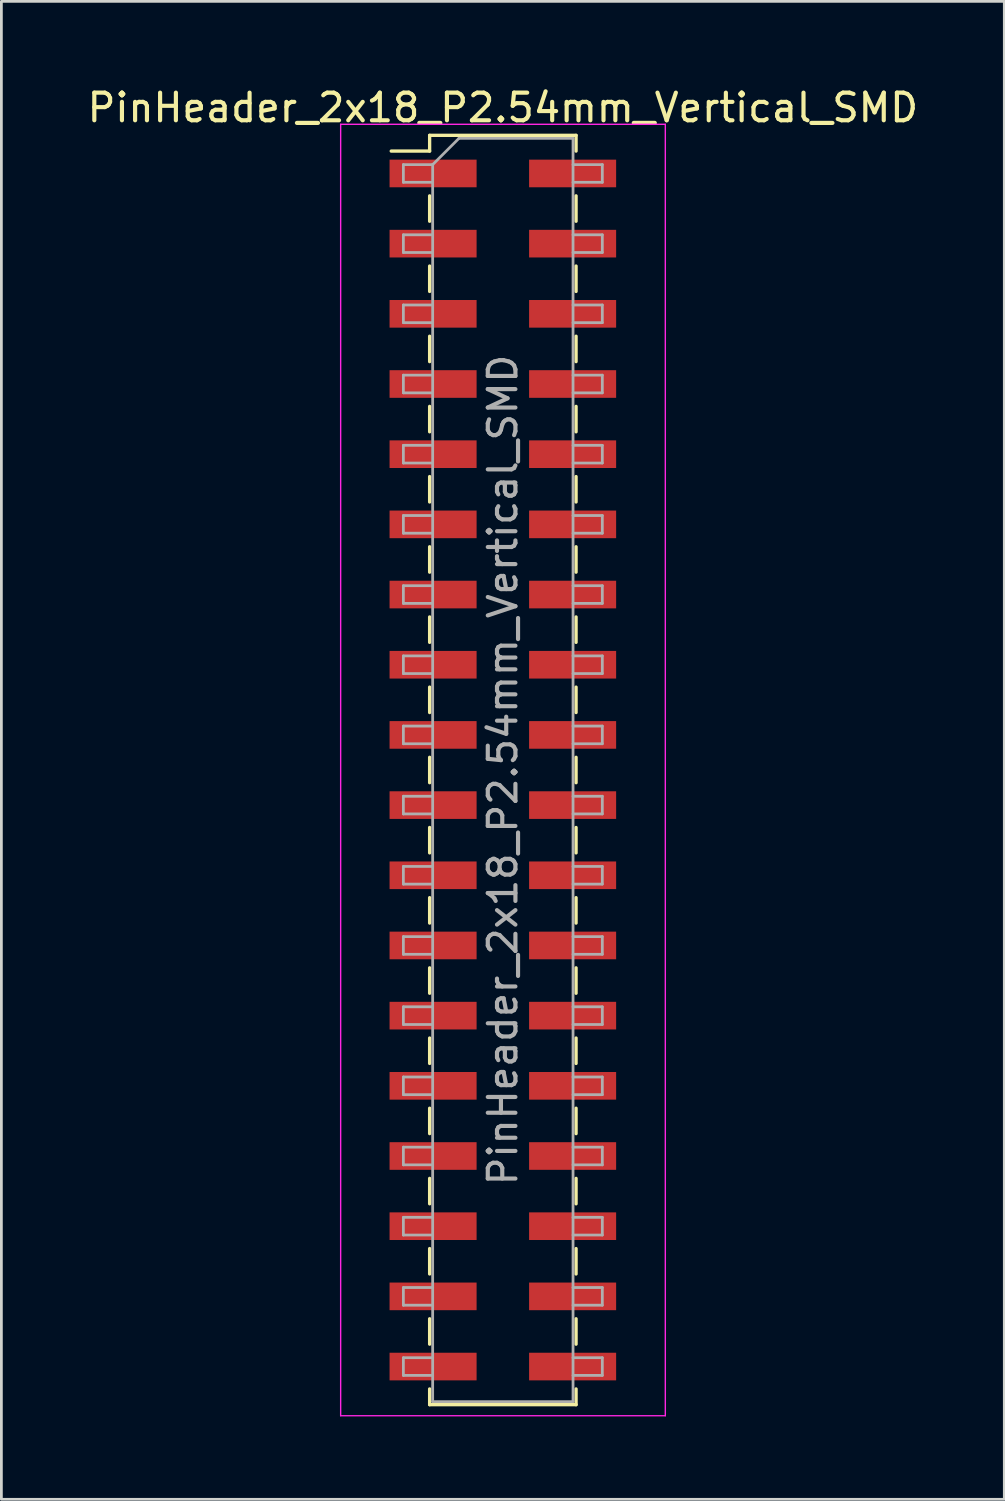
<source format=kicad_pcb>
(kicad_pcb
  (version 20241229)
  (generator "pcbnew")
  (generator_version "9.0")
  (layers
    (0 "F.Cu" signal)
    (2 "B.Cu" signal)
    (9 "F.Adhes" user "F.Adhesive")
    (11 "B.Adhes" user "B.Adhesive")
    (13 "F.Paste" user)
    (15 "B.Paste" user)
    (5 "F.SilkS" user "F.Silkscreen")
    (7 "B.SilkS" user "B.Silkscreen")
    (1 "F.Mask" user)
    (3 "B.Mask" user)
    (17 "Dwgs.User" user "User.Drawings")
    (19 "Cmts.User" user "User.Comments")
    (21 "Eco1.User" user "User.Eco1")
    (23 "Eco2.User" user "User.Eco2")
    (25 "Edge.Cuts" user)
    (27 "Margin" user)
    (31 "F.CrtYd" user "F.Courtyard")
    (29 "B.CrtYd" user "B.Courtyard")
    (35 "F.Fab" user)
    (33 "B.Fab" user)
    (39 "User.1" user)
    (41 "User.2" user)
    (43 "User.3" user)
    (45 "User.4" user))
  (footprint "PinHeader_2x18_P2.54mm_Vertical_SMD"
    (layer "F.Cu")
    (at 15.149 24.818)
    (property "Reference" "PinHeader_2x18_P2.54mm_Vertical_SMD" (at 0 -23.97 0) (layer "F.SilkS") (effects (font (size 1 1) (thickness 0.15))))
    (attr smd)
    (fp_line (start -4.04 -22.4) (end -2.65 -22.4) (stroke (width 0.12) (type solid)) (layer "F.SilkS"))
    (fp_line (start -2.65 -22.97) (end -2.65 -22.4) (stroke (width 0.12) (type solid)) (layer "F.SilkS"))
    (fp_line (start -2.65 -22.97) (end 2.65 -22.97) (stroke (width 0.12) (type solid)) (layer "F.SilkS"))
    (fp_line (start -2.65 -20.78) (end -2.65 -19.86) (stroke (width 0.12) (type solid)) (layer "F.SilkS"))
    (fp_line (start -2.65 -18.24) (end -2.65 -17.32) (stroke (width 0.12) (type solid)) (layer "F.SilkS"))
    (fp_line (start -2.65 -15.7) (end -2.65 -14.78) (stroke (width 0.12) (type solid)) (layer "F.SilkS"))
    (fp_line (start -2.65 -13.16) (end -2.65 -12.24) (stroke (width 0.12) (type solid)) (layer "F.SilkS"))
    (fp_line (start -2.65 -10.62) (end -2.65 -9.7) (stroke (width 0.12) (type solid)) (layer "F.SilkS"))
    (fp_line (start -2.65 -8.08) (end -2.65 -7.16) (stroke (width 0.12) (type solid)) (layer "F.SilkS"))
    (fp_line (start -2.65 -5.54) (end -2.65 -4.62) (stroke (width 0.12) (type solid)) (layer "F.SilkS"))
    (fp_line (start -2.65 -3) (end -2.65 -2.08) (stroke (width 0.12) (type solid)) (layer "F.SilkS"))
    (fp_line (start -2.65 -0.46) (end -2.65 0.46) (stroke (width 0.12) (type solid)) (layer "F.SilkS"))
    (fp_line (start -2.65 2.08) (end -2.65 3) (stroke (width 0.12) (type solid)) (layer "F.SilkS"))
    (fp_line (start -2.65 4.62) (end -2.65 5.54) (stroke (width 0.12) (type solid)) (layer "F.SilkS"))
    (fp_line (start -2.65 7.16) (end -2.65 8.08) (stroke (width 0.12) (type solid)) (layer "F.SilkS"))
    (fp_line (start -2.65 9.7) (end -2.65 10.62) (stroke (width 0.12) (type solid)) (layer "F.SilkS"))
    (fp_line (start -2.65 12.24) (end -2.65 13.16) (stroke (width 0.12) (type solid)) (layer "F.SilkS"))
    (fp_line (start -2.65 14.78) (end -2.65 15.7) (stroke (width 0.12) (type solid)) (layer "F.SilkS"))
    (fp_line (start -2.65 17.32) (end -2.65 18.24) (stroke (width 0.12) (type solid)) (layer "F.SilkS"))
    (fp_line (start -2.65 19.86) (end -2.65 20.78) (stroke (width 0.12) (type solid)) (layer "F.SilkS"))
    (fp_line (start -2.65 22.4) (end -2.65 22.97) (stroke (width 0.12) (type solid)) (layer "F.SilkS"))
    (fp_line (start -2.65 22.97) (end 2.65 22.97) (stroke (width 0.12) (type solid)) (layer "F.SilkS"))
    (fp_line (start 2.65 -22.97) (end 2.65 -22.4) (stroke (width 0.12) (type solid)) (layer "F.SilkS"))
    (fp_line (start 2.65 -20.78) (end 2.65 -19.86) (stroke (width 0.12) (type solid)) (layer "F.SilkS"))
    (fp_line (start 2.65 -18.24) (end 2.65 -17.32) (stroke (width 0.12) (type solid)) (layer "F.SilkS"))
    (fp_line (start 2.65 -15.7) (end 2.65 -14.78) (stroke (width 0.12) (type solid)) (layer "F.SilkS"))
    (fp_line (start 2.65 -13.16) (end 2.65 -12.24) (stroke (width 0.12) (type solid)) (layer "F.SilkS"))
    (fp_line (start 2.65 -10.62) (end 2.65 -9.7) (stroke (width 0.12) (type solid)) (layer "F.SilkS"))
    (fp_line (start 2.65 -8.08) (end 2.65 -7.16) (stroke (width 0.12) (type solid)) (layer "F.SilkS"))
    (fp_line (start 2.65 -5.54) (end 2.65 -4.62) (stroke (width 0.12) (type solid)) (layer "F.SilkS"))
    (fp_line (start 2.65 -3) (end 2.65 -2.08) (stroke (width 0.12) (type solid)) (layer "F.SilkS"))
    (fp_line (start 2.65 -0.46) (end 2.65 0.46) (stroke (width 0.12) (type solid)) (layer "F.SilkS"))
    (fp_line (start 2.65 2.08) (end 2.65 3) (stroke (width 0.12) (type solid)) (layer "F.SilkS"))
    (fp_line (start 2.65 4.62) (end 2.65 5.54) (stroke (width 0.12) (type solid)) (layer "F.SilkS"))
    (fp_line (start 2.65 7.16) (end 2.65 8.08) (stroke (width 0.12) (type solid)) (layer "F.SilkS"))
    (fp_line (start 2.65 9.7) (end 2.65 10.62) (stroke (width 0.12) (type solid)) (layer "F.SilkS"))
    (fp_line (start 2.65 12.24) (end 2.65 13.16) (stroke (width 0.12) (type solid)) (layer "F.SilkS"))
    (fp_line (start 2.65 14.78) (end 2.65 15.7) (stroke (width 0.12) (type solid)) (layer "F.SilkS"))
    (fp_line (start 2.65 17.32) (end 2.65 18.24) (stroke (width 0.12) (type solid)) (layer "F.SilkS"))
    (fp_line (start 2.65 19.86) (end 2.65 20.78) (stroke (width 0.12) (type solid)) (layer "F.SilkS"))
    (fp_line (start 2.65 22.4) (end 2.65 22.97) (stroke (width 0.12) (type solid)) (layer "F.SilkS"))
    (fp_line (start -5.87 -23.37) (end -5.87 23.37) (stroke (width 0.05) (type solid)) (layer "F.CrtYd"))
    (fp_line (start -5.87 23.37) (end 5.88 23.37) (stroke (width 0.05) (type solid)) (layer "F.CrtYd"))
    (fp_line (start 5.88 -23.37) (end -5.87 -23.37) (stroke (width 0.05) (type solid)) (layer "F.CrtYd"))
    (fp_line (start 5.88 23.37) (end 5.88 -23.37) (stroke (width 0.05) (type solid)) (layer "F.CrtYd"))
    (fp_line (start -3.6 -21.91) (end -3.6 -21.27) (stroke (width 0.1) (type solid)) (layer "F.Fab"))
    (fp_line (start -3.6 -21.27) (end -2.54 -21.27) (stroke (width 0.1) (type solid)) (layer "F.Fab"))
    (fp_line (start -3.6 -19.37) (end -3.6 -18.73) (stroke (width 0.1) (type solid)) (layer "F.Fab"))
    (fp_line (start -3.6 -18.73) (end -2.54 -18.73) (stroke (width 0.1) (type solid)) (layer "F.Fab"))
    (fp_line (start -3.6 -16.83) (end -3.6 -16.19) (stroke (width 0.1) (type solid)) (layer "F.Fab"))
    (fp_line (start -3.6 -16.19) (end -2.54 -16.19) (stroke (width 0.1) (type solid)) (layer "F.Fab"))
    (fp_line (start -3.6 -14.29) (end -3.6 -13.65) (stroke (width 0.1) (type solid)) (layer "F.Fab"))
    (fp_line (start -3.6 -13.65) (end -2.54 -13.65) (stroke (width 0.1) (type solid)) (layer "F.Fab"))
    (fp_line (start -3.6 -11.75) (end -3.6 -11.11) (stroke (width 0.1) (type solid)) (layer "F.Fab"))
    (fp_line (start -3.6 -11.11) (end -2.54 -11.11) (stroke (width 0.1) (type solid)) (layer "F.Fab"))
    (fp_line (start -3.6 -9.21) (end -3.6 -8.57) (stroke (width 0.1) (type solid)) (layer "F.Fab"))
    (fp_line (start -3.6 -8.57) (end -2.54 -8.57) (stroke (width 0.1) (type solid)) (layer "F.Fab"))
    (fp_line (start -3.6 -6.67) (end -3.6 -6.03) (stroke (width 0.1) (type solid)) (layer "F.Fab"))
    (fp_line (start -3.6 -6.03) (end -2.54 -6.03) (stroke (width 0.1) (type solid)) (layer "F.Fab"))
    (fp_line (start -3.6 -4.13) (end -3.6 -3.49) (stroke (width 0.1) (type solid)) (layer "F.Fab"))
    (fp_line (start -3.6 -3.49) (end -2.54 -3.49) (stroke (width 0.1) (type solid)) (layer "F.Fab"))
    (fp_line (start -3.6 -1.59) (end -3.6 -0.95) (stroke (width 0.1) (type solid)) (layer "F.Fab"))
    (fp_line (start -3.6 -0.95) (end -2.54 -0.95) (stroke (width 0.1) (type solid)) (layer "F.Fab"))
    (fp_line (start -3.6 0.95) (end -3.6 1.59) (stroke (width 0.1) (type solid)) (layer "F.Fab"))
    (fp_line (start -3.6 1.59) (end -2.54 1.59) (stroke (width 0.1) (type solid)) (layer "F.Fab"))
    (fp_line (start -3.6 3.49) (end -3.6 4.13) (stroke (width 0.1) (type solid)) (layer "F.Fab"))
    (fp_line (start -3.6 4.13) (end -2.54 4.13) (stroke (width 0.1) (type solid)) (layer "F.Fab"))
    (fp_line (start -3.6 6.03) (end -3.6 6.67) (stroke (width 0.1) (type solid)) (layer "F.Fab"))
    (fp_line (start -3.6 6.67) (end -2.54 6.67) (stroke (width 0.1) (type solid)) (layer "F.Fab"))
    (fp_line (start -3.6 8.57) (end -3.6 9.21) (stroke (width 0.1) (type solid)) (layer "F.Fab"))
    (fp_line (start -3.6 9.21) (end -2.54 9.21) (stroke (width 0.1) (type solid)) (layer "F.Fab"))
    (fp_line (start -3.6 11.11) (end -3.6 11.75) (stroke (width 0.1) (type solid)) (layer "F.Fab"))
    (fp_line (start -3.6 11.75) (end -2.54 11.75) (stroke (width 0.1) (type solid)) (layer "F.Fab"))
    (fp_line (start -3.6 13.65) (end -3.6 14.29) (stroke (width 0.1) (type solid)) (layer "F.Fab"))
    (fp_line (start -3.6 14.29) (end -2.54 14.29) (stroke (width 0.1) (type solid)) (layer "F.Fab"))
    (fp_line (start -3.6 16.19) (end -3.6 16.83) (stroke (width 0.1) (type solid)) (layer "F.Fab"))
    (fp_line (start -3.6 16.83) (end -2.54 16.83) (stroke (width 0.1) (type solid)) (layer "F.Fab"))
    (fp_line (start -3.6 18.73) (end -3.6 19.37) (stroke (width 0.1) (type solid)) (layer "F.Fab"))
    (fp_line (start -3.6 19.37) (end -2.54 19.37) (stroke (width 0.1) (type solid)) (layer "F.Fab"))
    (fp_line (start -3.6 21.27) (end -3.6 21.91) (stroke (width 0.1) (type solid)) (layer "F.Fab"))
    (fp_line (start -3.6 21.91) (end -2.54 21.91) (stroke (width 0.1) (type solid)) (layer "F.Fab"))
    (fp_line (start -2.54 -21.91) (end -3.6 -21.91) (stroke (width 0.1) (type solid)) (layer "F.Fab"))
    (fp_line (start -2.54 -21.91) (end -1.59 -22.86) (stroke (width 0.1) (type solid)) (layer "F.Fab"))
    (fp_line (start -2.54 -19.37) (end -3.6 -19.37) (stroke (width 0.1) (type solid)) (layer "F.Fab"))
    (fp_line (start -2.54 -16.83) (end -3.6 -16.83) (stroke (width 0.1) (type solid)) (layer "F.Fab"))
    (fp_line (start -2.54 -14.29) (end -3.6 -14.29) (stroke (width 0.1) (type solid)) (layer "F.Fab"))
    (fp_line (start -2.54 -11.75) (end -3.6 -11.75) (stroke (width 0.1) (type solid)) (layer "F.Fab"))
    (fp_line (start -2.54 -9.21) (end -3.6 -9.21) (stroke (width 0.1) (type solid)) (layer "F.Fab"))
    (fp_line (start -2.54 -6.67) (end -3.6 -6.67) (stroke (width 0.1) (type solid)) (layer "F.Fab"))
    (fp_line (start -2.54 -4.13) (end -3.6 -4.13) (stroke (width 0.1) (type solid)) (layer "F.Fab"))
    (fp_line (start -2.54 -1.59) (end -3.6 -1.59) (stroke (width 0.1) (type solid)) (layer "F.Fab"))
    (fp_line (start -2.54 0.95) (end -3.6 0.95) (stroke (width 0.1) (type solid)) (layer "F.Fab"))
    (fp_line (start -2.54 3.49) (end -3.6 3.49) (stroke (width 0.1) (type solid)) (layer "F.Fab"))
    (fp_line (start -2.54 6.03) (end -3.6 6.03) (stroke (width 0.1) (type solid)) (layer "F.Fab"))
    (fp_line (start -2.54 8.57) (end -3.6 8.57) (stroke (width 0.1) (type solid)) (layer "F.Fab"))
    (fp_line (start -2.54 11.11) (end -3.6 11.11) (stroke (width 0.1) (type solid)) (layer "F.Fab"))
    (fp_line (start -2.54 13.65) (end -3.6 13.65) (stroke (width 0.1) (type solid)) (layer "F.Fab"))
    (fp_line (start -2.54 16.19) (end -3.6 16.19) (stroke (width 0.1) (type solid)) (layer "F.Fab"))
    (fp_line (start -2.54 18.73) (end -3.6 18.73) (stroke (width 0.1) (type solid)) (layer "F.Fab"))
    (fp_line (start -2.54 21.27) (end -3.6 21.27) (stroke (width 0.1) (type solid)) (layer "F.Fab"))
    (fp_line (start -2.54 22.86) (end -2.54 -21.91) (stroke (width 0.1) (type solid)) (layer "F.Fab"))
    (fp_line (start -1.59 -22.86) (end 2.54 -22.86) (stroke (width 0.1) (type solid)) (layer "F.Fab"))
    (fp_line (start 2.54 -22.86) (end 2.54 22.86) (stroke (width 0.1) (type solid)) (layer "F.Fab"))
    (fp_line (start 2.54 -21.91) (end 3.6 -21.91) (stroke (width 0.1) (type solid)) (layer "F.Fab"))
    (fp_line (start 2.54 -19.37) (end 3.6 -19.37) (stroke (width 0.1) (type solid)) (layer "F.Fab"))
    (fp_line (start 2.54 -16.83) (end 3.6 -16.83) (stroke (width 0.1) (type solid)) (layer "F.Fab"))
    (fp_line (start 2.54 -14.29) (end 3.6 -14.29) (stroke (width 0.1) (type solid)) (layer "F.Fab"))
    (fp_line (start 2.54 -11.75) (end 3.6 -11.75) (stroke (width 0.1) (type solid)) (layer "F.Fab"))
    (fp_line (start 2.54 -9.21) (end 3.6 -9.21) (stroke (width 0.1) (type solid)) (layer "F.Fab"))
    (fp_line (start 2.54 -6.67) (end 3.6 -6.67) (stroke (width 0.1) (type solid)) (layer "F.Fab"))
    (fp_line (start 2.54 -4.13) (end 3.6 -4.13) (stroke (width 0.1) (type solid)) (layer "F.Fab"))
    (fp_line (start 2.54 -1.59) (end 3.6 -1.59) (stroke (width 0.1) (type solid)) (layer "F.Fab"))
    (fp_line (start 2.54 0.95) (end 3.6 0.95) (stroke (width 0.1) (type solid)) (layer "F.Fab"))
    (fp_line (start 2.54 3.49) (end 3.6 3.49) (stroke (width 0.1) (type solid)) (layer "F.Fab"))
    (fp_line (start 2.54 6.03) (end 3.6 6.03) (stroke (width 0.1) (type solid)) (layer "F.Fab"))
    (fp_line (start 2.54 8.57) (end 3.6 8.57) (stroke (width 0.1) (type solid)) (layer "F.Fab"))
    (fp_line (start 2.54 11.11) (end 3.6 11.11) (stroke (width 0.1) (type solid)) (layer "F.Fab"))
    (fp_line (start 2.54 13.65) (end 3.6 13.65) (stroke (width 0.1) (type solid)) (layer "F.Fab"))
    (fp_line (start 2.54 16.19) (end 3.6 16.19) (stroke (width 0.1) (type solid)) (layer "F.Fab"))
    (fp_line (start 2.54 18.73) (end 3.6 18.73) (stroke (width 0.1) (type solid)) (layer "F.Fab"))
    (fp_line (start 2.54 21.27) (end 3.6 21.27) (stroke (width 0.1) (type solid)) (layer "F.Fab"))
    (fp_line (start 2.54 22.86) (end -2.54 22.86) (stroke (width 0.1) (type solid)) (layer "F.Fab"))
    (fp_line (start 3.6 -21.91) (end 3.6 -21.27) (stroke (width 0.1) (type solid)) (layer "F.Fab"))
    (fp_line (start 3.6 -21.27) (end 2.54 -21.27) (stroke (width 0.1) (type solid)) (layer "F.Fab"))
    (fp_line (start 3.6 -19.37) (end 3.6 -18.73) (stroke (width 0.1) (type solid)) (layer "F.Fab"))
    (fp_line (start 3.6 -18.73) (end 2.54 -18.73) (stroke (width 0.1) (type solid)) (layer "F.Fab"))
    (fp_line (start 3.6 -16.83) (end 3.6 -16.19) (stroke (width 0.1) (type solid)) (layer "F.Fab"))
    (fp_line (start 3.6 -16.19) (end 2.54 -16.19) (stroke (width 0.1) (type solid)) (layer "F.Fab"))
    (fp_line (start 3.6 -14.29) (end 3.6 -13.65) (stroke (width 0.1) (type solid)) (layer "F.Fab"))
    (fp_line (start 3.6 -13.65) (end 2.54 -13.65) (stroke (width 0.1) (type solid)) (layer "F.Fab"))
    (fp_line (start 3.6 -11.75) (end 3.6 -11.11) (stroke (width 0.1) (type solid)) (layer "F.Fab"))
    (fp_line (start 3.6 -11.11) (end 2.54 -11.11) (stroke (width 0.1) (type solid)) (layer "F.Fab"))
    (fp_line (start 3.6 -9.21) (end 3.6 -8.57) (stroke (width 0.1) (type solid)) (layer "F.Fab"))
    (fp_line (start 3.6 -8.57) (end 2.54 -8.57) (stroke (width 0.1) (type solid)) (layer "F.Fab"))
    (fp_line (start 3.6 -6.67) (end 3.6 -6.03) (stroke (width 0.1) (type solid)) (layer "F.Fab"))
    (fp_line (start 3.6 -6.03) (end 2.54 -6.03) (stroke (width 0.1) (type solid)) (layer "F.Fab"))
    (fp_line (start 3.6 -4.13) (end 3.6 -3.49) (stroke (width 0.1) (type solid)) (layer "F.Fab"))
    (fp_line (start 3.6 -3.49) (end 2.54 -3.49) (stroke (width 0.1) (type solid)) (layer "F.Fab"))
    (fp_line (start 3.6 -1.59) (end 3.6 -0.95) (stroke (width 0.1) (type solid)) (layer "F.Fab"))
    (fp_line (start 3.6 -0.95) (end 2.54 -0.95) (stroke (width 0.1) (type solid)) (layer "F.Fab"))
    (fp_line (start 3.6 0.95) (end 3.6 1.59) (stroke (width 0.1) (type solid)) (layer "F.Fab"))
    (fp_line (start 3.6 1.59) (end 2.54 1.59) (stroke (width 0.1) (type solid)) (layer "F.Fab"))
    (fp_line (start 3.6 3.49) (end 3.6 4.13) (stroke (width 0.1) (type solid)) (layer "F.Fab"))
    (fp_line (start 3.6 4.13) (end 2.54 4.13) (stroke (width 0.1) (type solid)) (layer "F.Fab"))
    (fp_line (start 3.6 6.03) (end 3.6 6.67) (stroke (width 0.1) (type solid)) (layer "F.Fab"))
    (fp_line (start 3.6 6.67) (end 2.54 6.67) (stroke (width 0.1) (type solid)) (layer "F.Fab"))
    (fp_line (start 3.6 8.57) (end 3.6 9.21) (stroke (width 0.1) (type solid)) (layer "F.Fab"))
    (fp_line (start 3.6 9.21) (end 2.54 9.21) (stroke (width 0.1) (type solid)) (layer "F.Fab"))
    (fp_line (start 3.6 11.11) (end 3.6 11.75) (stroke (width 0.1) (type solid)) (layer "F.Fab"))
    (fp_line (start 3.6 11.75) (end 2.54 11.75) (stroke (width 0.1) (type solid)) (layer "F.Fab"))
    (fp_line (start 3.6 13.65) (end 3.6 14.29) (stroke (width 0.1) (type solid)) (layer "F.Fab"))
    (fp_line (start 3.6 14.29) (end 2.54 14.29) (stroke (width 0.1) (type solid)) (layer "F.Fab"))
    (fp_line (start 3.6 16.19) (end 3.6 16.83) (stroke (width 0.1) (type solid)) (layer "F.Fab"))
    (fp_line (start 3.6 16.83) (end 2.54 16.83) (stroke (width 0.1) (type solid)) (layer "F.Fab"))
    (fp_line (start 3.6 18.73) (end 3.6 19.37) (stroke (width 0.1) (type solid)) (layer "F.Fab"))
    (fp_line (start 3.6 19.37) (end 2.54 19.37) (stroke (width 0.1) (type solid)) (layer "F.Fab"))
    (fp_line (start 3.6 21.27) (end 3.6 21.91) (stroke (width 0.1) (type solid)) (layer "F.Fab"))
    (fp_line (start 3.6 21.91) (end 2.54 21.91) (stroke (width 0.1) (type solid)) (layer "F.Fab"))
    (fp_text user "${REFERENCE}" (at 0 0 90) (layer "F.Fab") (effects (font (size 1 1) (thickness 0.15))))
    (pad "1" smd rect (at -2.525 -21.59) (size 3.15 1) (layers "F.Cu" "F.Mask" "F.Paste"))
    (pad "2" smd rect (at 2.525 -21.59) (size 3.15 1) (layers "F.Cu" "F.Mask" "F.Paste"))
    (pad "3" smd rect (at -2.525 -19.05) (size 3.15 1) (layers "F.Cu" "F.Mask" "F.Paste"))
    (pad "4" smd rect (at 2.525 -19.05) (size 3.15 1) (layers "F.Cu" "F.Mask" "F.Paste"))
    (pad "5" smd rect (at -2.525 -16.51) (size 3.15 1) (layers "F.Cu" "F.Mask" "F.Paste"))
    (pad "6" smd rect (at 2.525 -16.51) (size 3.15 1) (layers "F.Cu" "F.Mask" "F.Paste"))
    (pad "7" smd rect (at -2.525 -13.97) (size 3.15 1) (layers "F.Cu" "F.Mask" "F.Paste"))
    (pad "8" smd rect (at 2.525 -13.97) (size 3.15 1) (layers "F.Cu" "F.Mask" "F.Paste"))
    (pad "9" smd rect (at -2.525 -11.43) (size 3.15 1) (layers "F.Cu" "F.Mask" "F.Paste"))
    (pad "10" smd rect (at 2.525 -11.43) (size 3.15 1) (layers "F.Cu" "F.Mask" "F.Paste"))
    (pad "11" smd rect (at -2.525 -8.89) (size 3.15 1) (layers "F.Cu" "F.Mask" "F.Paste"))
    (pad "12" smd rect (at 2.525 -8.89) (size 3.15 1) (layers "F.Cu" "F.Mask" "F.Paste"))
    (pad "13" smd rect (at -2.525 -6.35) (size 3.15 1) (layers "F.Cu" "F.Mask" "F.Paste"))
    (pad "14" smd rect (at 2.525 -6.35) (size 3.15 1) (layers "F.Cu" "F.Mask" "F.Paste"))
    (pad "15" smd rect (at -2.525 -3.81) (size 3.15 1) (layers "F.Cu" "F.Mask" "F.Paste"))
    (pad "16" smd rect (at 2.525 -3.81) (size 3.15 1) (layers "F.Cu" "F.Mask" "F.Paste"))
    (pad "17" smd rect (at -2.525 -1.27) (size 3.15 1) (layers "F.Cu" "F.Mask" "F.Paste"))
    (pad "18" smd rect (at 2.525 -1.27) (size 3.15 1) (layers "F.Cu" "F.Mask" "F.Paste"))
    (pad "19" smd rect (at -2.525 1.27) (size 3.15 1) (layers "F.Cu" "F.Mask" "F.Paste"))
    (pad "20" smd rect (at 2.525 1.27) (size 3.15 1) (layers "F.Cu" "F.Mask" "F.Paste"))
    (pad "21" smd rect (at -2.525 3.81) (size 3.15 1) (layers "F.Cu" "F.Mask" "F.Paste"))
    (pad "22" smd rect (at 2.525 3.81) (size 3.15 1) (layers "F.Cu" "F.Mask" "F.Paste"))
    (pad "23" smd rect (at -2.525 6.35) (size 3.15 1) (layers "F.Cu" "F.Mask" "F.Paste"))
    (pad "24" smd rect (at 2.525 6.35) (size 3.15 1) (layers "F.Cu" "F.Mask" "F.Paste"))
    (pad "25" smd rect (at -2.525 8.89) (size 3.15 1) (layers "F.Cu" "F.Mask" "F.Paste"))
    (pad "26" smd rect (at 2.525 8.89) (size 3.15 1) (layers "F.Cu" "F.Mask" "F.Paste"))
    (pad "27" smd rect (at -2.525 11.43) (size 3.15 1) (layers "F.Cu" "F.Mask" "F.Paste"))
    (pad "28" smd rect (at 2.525 11.43) (size 3.15 1) (layers "F.Cu" "F.Mask" "F.Paste"))
    (pad "29" smd rect (at -2.525 13.97) (size 3.15 1) (layers "F.Cu" "F.Mask" "F.Paste"))
    (pad "30" smd rect (at 2.525 13.97) (size 3.15 1) (layers "F.Cu" "F.Mask" "F.Paste"))
    (pad "31" smd rect (at -2.525 16.51) (size 3.15 1) (layers "F.Cu" "F.Mask" "F.Paste"))
    (pad "32" smd rect (at 2.525 16.51) (size 3.15 1) (layers "F.Cu" "F.Mask" "F.Paste"))
    (pad "33" smd rect (at -2.525 19.05) (size 3.15 1) (layers "F.Cu" "F.Mask" "F.Paste"))
    (pad "34" smd rect (at 2.525 19.05) (size 3.15 1) (layers "F.Cu" "F.Mask" "F.Paste"))
    (pad "35" smd rect (at -2.525 21.59) (size 3.15 1) (layers "F.Cu" "F.Mask" "F.Paste"))
    (pad "36" smd rect (at 2.525 21.59) (size 3.15 1) (layers "F.Cu" "F.Mask" "F.Paste")))
  (gr_rect
    (start -3 -3)
    (end 33.298 51.213)
    (stroke (width 0.1) (type default))
    (fill no)
    (layer "Edge.Cuts")))
</source>
